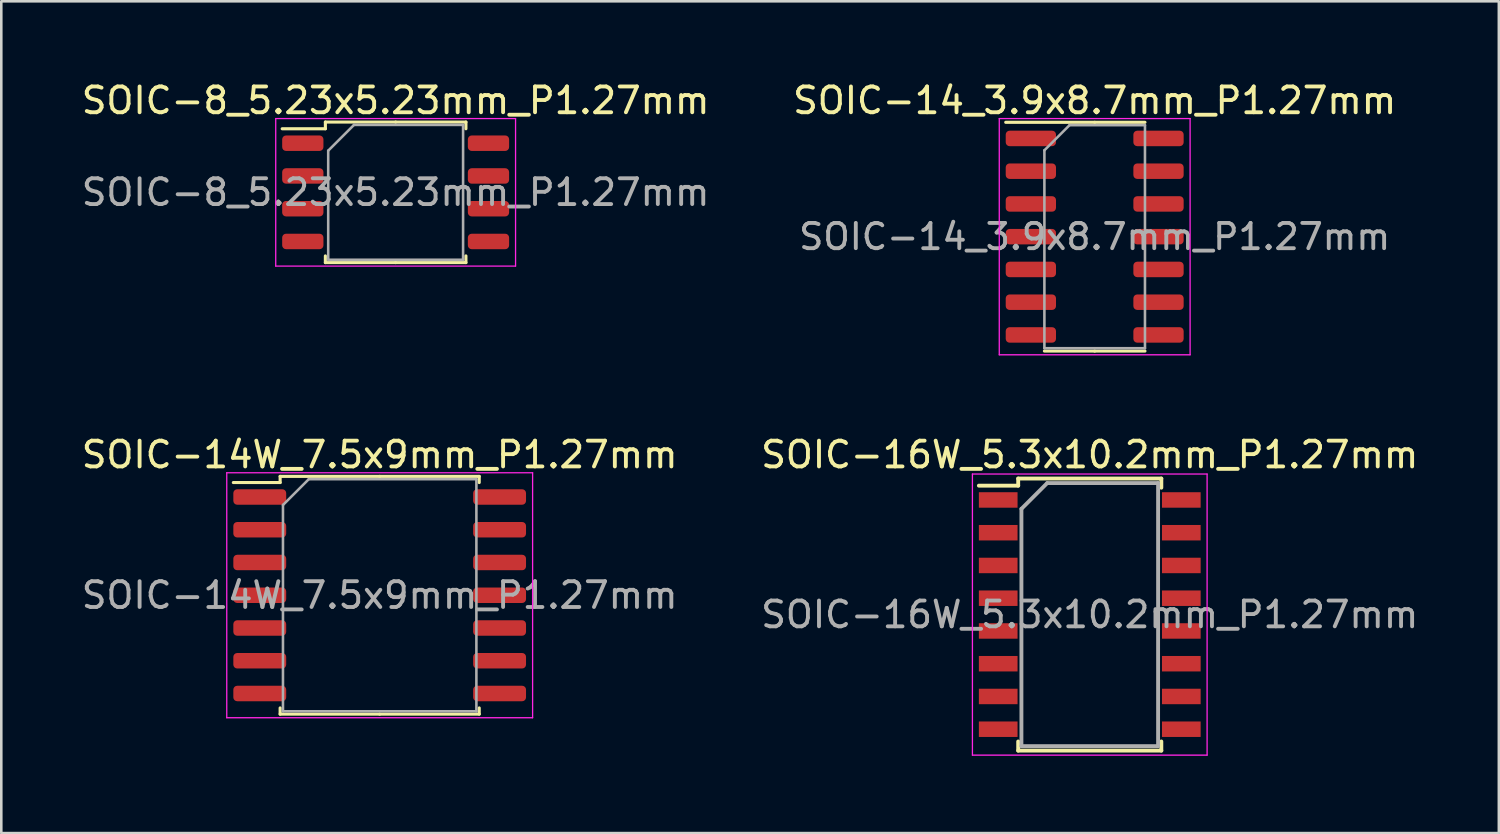
<source format=kicad_pcb>
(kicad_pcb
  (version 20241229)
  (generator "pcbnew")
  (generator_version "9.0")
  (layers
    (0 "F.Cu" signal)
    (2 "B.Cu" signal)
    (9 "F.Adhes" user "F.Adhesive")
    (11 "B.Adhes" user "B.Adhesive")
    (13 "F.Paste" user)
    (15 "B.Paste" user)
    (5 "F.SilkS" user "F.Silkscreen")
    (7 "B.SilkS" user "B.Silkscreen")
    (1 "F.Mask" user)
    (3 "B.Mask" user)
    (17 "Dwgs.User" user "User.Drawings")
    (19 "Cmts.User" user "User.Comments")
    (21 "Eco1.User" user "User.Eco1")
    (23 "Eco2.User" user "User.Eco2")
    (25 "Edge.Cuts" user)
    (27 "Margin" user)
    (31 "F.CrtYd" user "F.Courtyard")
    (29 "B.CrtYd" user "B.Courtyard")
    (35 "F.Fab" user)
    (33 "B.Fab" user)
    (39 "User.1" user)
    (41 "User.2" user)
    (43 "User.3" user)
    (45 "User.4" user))
  (footprint "SOIC-14W_7.5x9mm_P1.27mm"
    (layer "F.Cu")
    (at 11.673 20.032)
    (property "Reference" "SOIC-14W_7.5x9mm_P1.27mm" (at 0 -5.45 0) (layer "F.SilkS") (effects (font (size 1 1) (thickness 0.15))))
    (attr smd)
    (fp_line (start -3.86 -4.61) (end -3.86 -4.37) (stroke (width 0.12) (type solid)) (layer "F.SilkS"))
    (fp_line (start -3.86 -4.37) (end -5.675 -4.37) (stroke (width 0.12) (type solid)) (layer "F.SilkS"))
    (fp_line (start -3.86 4.61) (end -3.86 4.37) (stroke (width 0.12) (type solid)) (layer "F.SilkS"))
    (fp_line (start 0 -4.61) (end -3.86 -4.61) (stroke (width 0.12) (type solid)) (layer "F.SilkS"))
    (fp_line (start 0 -4.61) (end 3.86 -4.61) (stroke (width 0.12) (type solid)) (layer "F.SilkS"))
    (fp_line (start 0 4.61) (end -3.86 4.61) (stroke (width 0.12) (type solid)) (layer "F.SilkS"))
    (fp_line (start 0 4.61) (end 3.86 4.61) (stroke (width 0.12) (type solid)) (layer "F.SilkS"))
    (fp_line (start 3.86 -4.61) (end 3.86 -4.37) (stroke (width 0.12) (type solid)) (layer "F.SilkS"))
    (fp_line (start 3.86 4.61) (end 3.86 4.37) (stroke (width 0.12) (type solid)) (layer "F.SilkS"))
    (fp_line (start -5.93 -4.75) (end -5.93 4.75) (stroke (width 0.05) (type solid)) (layer "F.CrtYd"))
    (fp_line (start -5.93 4.75) (end 5.93 4.75) (stroke (width 0.05) (type solid)) (layer "F.CrtYd"))
    (fp_line (start 5.93 -4.75) (end -5.93 -4.75) (stroke (width 0.05) (type solid)) (layer "F.CrtYd"))
    (fp_line (start 5.93 4.75) (end 5.93 -4.75) (stroke (width 0.05) (type solid)) (layer "F.CrtYd"))
    (fp_line (start -3.75 -3.5) (end -2.75 -4.5) (stroke (width 0.1) (type solid)) (layer "F.Fab"))
    (fp_line (start -3.75 4.5) (end -3.75 -3.5) (stroke (width 0.1) (type solid)) (layer "F.Fab"))
    (fp_line (start -2.75 -4.5) (end 3.75 -4.5) (stroke (width 0.1) (type solid)) (layer "F.Fab"))
    (fp_line (start 3.75 -4.5) (end 3.75 4.5) (stroke (width 0.1) (type solid)) (layer "F.Fab"))
    (fp_line (start 3.75 4.5) (end -3.75 4.5) (stroke (width 0.1) (type solid)) (layer "F.Fab"))
    (fp_text user "${REFERENCE}" (at 0 0 0) (layer "F.Fab") (effects (font (size 1 1) (thickness 0.15))))
    (pad "1" smd roundrect (at -4.65 -3.81) (size 2.05 0.6) (layers "F.Cu" "F.Mask" "F.Paste") (roundrect_rratio 0.25))
    (pad "2" smd roundrect (at -4.65 -2.54) (size 2.05 0.6) (layers "F.Cu" "F.Mask" "F.Paste") (roundrect_rratio 0.25))
    (pad "3" smd roundrect (at -4.65 -1.27) (size 2.05 0.6) (layers "F.Cu" "F.Mask" "F.Paste") (roundrect_rratio 0.25))
    (pad "4" smd roundrect (at -4.65 0) (size 2.05 0.6) (layers "F.Cu" "F.Mask" "F.Paste") (roundrect_rratio 0.25))
    (pad "5" smd roundrect (at -4.65 1.27) (size 2.05 0.6) (layers "F.Cu" "F.Mask" "F.Paste") (roundrect_rratio 0.25))
    (pad "6" smd roundrect (at -4.65 2.54) (size 2.05 0.6) (layers "F.Cu" "F.Mask" "F.Paste") (roundrect_rratio 0.25))
    (pad "7" smd roundrect (at -4.65 3.81) (size 2.05 0.6) (layers "F.Cu" "F.Mask" "F.Paste") (roundrect_rratio 0.25))
    (pad "8" smd roundrect (at 4.65 3.81) (size 2.05 0.6) (layers "F.Cu" "F.Mask" "F.Paste") (roundrect_rratio 0.25))
    (pad "9" smd roundrect (at 4.65 2.54) (size 2.05 0.6) (layers "F.Cu" "F.Mask" "F.Paste") (roundrect_rratio 0.25))
    (pad "10" smd roundrect (at 4.65 1.27) (size 2.05 0.6) (layers "F.Cu" "F.Mask" "F.Paste") (roundrect_rratio 0.25))
    (pad "11" smd roundrect (at 4.65 0) (size 2.05 0.6) (layers "F.Cu" "F.Mask" "F.Paste") (roundrect_rratio 0.25))
    (pad "12" smd roundrect (at 4.65 -1.27) (size 2.05 0.6) (layers "F.Cu" "F.Mask" "F.Paste") (roundrect_rratio 0.25))
    (pad "13" smd roundrect (at 4.65 -2.54) (size 2.05 0.6) (layers "F.Cu" "F.Mask" "F.Paste") (roundrect_rratio 0.25))
    (pad "14" smd roundrect (at 4.65 -3.81) (size 2.05 0.6) (layers "F.Cu" "F.Mask" "F.Paste") (roundrect_rratio 0.25)))
  (footprint "SOIC-16W_5.3x10.2mm_P1.27mm"
    (layer "F.Cu")
    (at 39.208 20.782)
    (property "Reference" "SOIC-16W_5.3x10.2mm_P1.27mm" (at 0 -6.2 0) (layer "F.SilkS") (effects (font (size 1 1) (thickness 0.15))))
    (attr smd)
    (fp_line (start -2.775 -5.275) (end -2.775 -5) (stroke (width 0.15) (type solid)) (layer "F.SilkS"))
    (fp_line (start -2.775 -5.275) (end 2.775 -5.275) (stroke (width 0.15) (type solid)) (layer "F.SilkS"))
    (fp_line (start -2.775 -5) (end -4.3 -5) (stroke (width 0.15) (type solid)) (layer "F.SilkS"))
    (fp_line (start -2.775 5.275) (end -2.775 4.92) (stroke (width 0.15) (type solid)) (layer "F.SilkS"))
    (fp_line (start -2.775 5.275) (end 2.775 5.275) (stroke (width 0.15) (type solid)) (layer "F.SilkS"))
    (fp_line (start 2.775 -5.275) (end 2.775 -4.92) (stroke (width 0.15) (type solid)) (layer "F.SilkS"))
    (fp_line (start 2.775 5.275) (end 2.775 4.92) (stroke (width 0.15) (type solid)) (layer "F.SilkS"))
    (fp_line (start -4.55 -5.45) (end -4.55 5.45) (stroke (width 0.05) (type solid)) (layer "F.CrtYd"))
    (fp_line (start -4.55 -5.45) (end 4.55 -5.45) (stroke (width 0.05) (type solid)) (layer "F.CrtYd"))
    (fp_line (start -4.55 5.45) (end 4.55 5.45) (stroke (width 0.05) (type solid)) (layer "F.CrtYd"))
    (fp_line (start 4.55 -5.45) (end 4.55 5.45) (stroke (width 0.05) (type solid)) (layer "F.CrtYd"))
    (fp_line (start -2.65 -4.1) (end -1.65 -5.1) (stroke (width 0.15) (type solid)) (layer "F.Fab"))
    (fp_line (start -2.65 5.1) (end -2.65 -4.1) (stroke (width 0.15) (type solid)) (layer "F.Fab"))
    (fp_line (start -1.65 -5.1) (end 2.65 -5.1) (stroke (width 0.15) (type solid)) (layer "F.Fab"))
    (fp_line (start 2.65 -5.1) (end 2.65 5.1) (stroke (width 0.15) (type solid)) (layer "F.Fab"))
    (fp_line (start 2.65 5.1) (end -2.65 5.1) (stroke (width 0.15) (type solid)) (layer "F.Fab"))
    (fp_text user "${REFERENCE}" (at 0 0 0) (layer "F.Fab") (effects (font (size 1 1) (thickness 0.15))))
    (pad "1" smd rect (at -3.55 -4.445) (size 1.5 0.6) (layers "F.Cu" "F.Mask" "F.Paste"))
    (pad "2" smd rect (at -3.55 -3.175) (size 1.5 0.6) (layers "F.Cu" "F.Mask" "F.Paste"))
    (pad "3" smd rect (at -3.55 -1.905) (size 1.5 0.6) (layers "F.Cu" "F.Mask" "F.Paste"))
    (pad "4" smd rect (at -3.55 -0.635) (size 1.5 0.6) (layers "F.Cu" "F.Mask" "F.Paste"))
    (pad "5" smd rect (at -3.55 0.635) (size 1.5 0.6) (layers "F.Cu" "F.Mask" "F.Paste"))
    (pad "6" smd rect (at -3.55 1.905) (size 1.5 0.6) (layers "F.Cu" "F.Mask" "F.Paste"))
    (pad "7" smd rect (at -3.55 3.175) (size 1.5 0.6) (layers "F.Cu" "F.Mask" "F.Paste"))
    (pad "8" smd rect (at -3.55 4.445) (size 1.5 0.6) (layers "F.Cu" "F.Mask" "F.Paste"))
    (pad "9" smd rect (at 3.55 4.445) (size 1.5 0.6) (layers "F.Cu" "F.Mask" "F.Paste"))
    (pad "10" smd rect (at 3.55 3.175) (size 1.5 0.6) (layers "F.Cu" "F.Mask" "F.Paste"))
    (pad "11" smd rect (at 3.55 1.905) (size 1.5 0.6) (layers "F.Cu" "F.Mask" "F.Paste"))
    (pad "12" smd rect (at 3.55 0.635) (size 1.5 0.6) (layers "F.Cu" "F.Mask" "F.Paste"))
    (pad "13" smd rect (at 3.55 -0.635) (size 1.5 0.6) (layers "F.Cu" "F.Mask" "F.Paste"))
    (pad "14" smd rect (at 3.55 -1.905) (size 1.5 0.6) (layers "F.Cu" "F.Mask" "F.Paste"))
    (pad "15" smd rect (at 3.55 -3.175) (size 1.5 0.6) (layers "F.Cu" "F.Mask" "F.Paste"))
    (pad "16" smd rect (at 3.55 -4.445) (size 1.5 0.6) (layers "F.Cu" "F.Mask" "F.Paste")))
  (footprint "SOIC-8_5.23x5.23mm_P1.27mm"
    (layer "F.Cu")
    (at 12.292 4.408)
    (property "Reference" "SOIC-8_5.23x5.23mm_P1.27mm" (at 0 -3.56 0) (layer "F.SilkS") (effects (font (size 1 1) (thickness 0.15))))
    (attr smd)
    (fp_line (start -2.725 -2.725) (end -2.725 -2.465) (stroke (width 0.12) (type solid)) (layer "F.SilkS"))
    (fp_line (start -2.725 -2.465) (end -4.4 -2.465) (stroke (width 0.12) (type solid)) (layer "F.SilkS"))
    (fp_line (start -2.725 2.725) (end -2.725 2.465) (stroke (width 0.12) (type solid)) (layer "F.SilkS"))
    (fp_line (start 0 -2.725) (end -2.725 -2.725) (stroke (width 0.12) (type solid)) (layer "F.SilkS"))
    (fp_line (start 0 -2.725) (end 2.725 -2.725) (stroke (width 0.12) (type solid)) (layer "F.SilkS"))
    (fp_line (start 0 2.725) (end -2.725 2.725) (stroke (width 0.12) (type solid)) (layer "F.SilkS"))
    (fp_line (start 0 2.725) (end 2.725 2.725) (stroke (width 0.12) (type solid)) (layer "F.SilkS"))
    (fp_line (start 2.725 -2.725) (end 2.725 -2.465) (stroke (width 0.12) (type solid)) (layer "F.SilkS"))
    (fp_line (start 2.725 2.725) (end 2.725 2.465) (stroke (width 0.12) (type solid)) (layer "F.SilkS"))
    (fp_line (start -4.65 -2.86) (end -4.65 2.86) (stroke (width 0.05) (type solid)) (layer "F.CrtYd"))
    (fp_line (start -4.65 2.86) (end 4.65 2.86) (stroke (width 0.05) (type solid)) (layer "F.CrtYd"))
    (fp_line (start 4.65 -2.86) (end -4.65 -2.86) (stroke (width 0.05) (type solid)) (layer "F.CrtYd"))
    (fp_line (start 4.65 2.86) (end 4.65 -2.86) (stroke (width 0.05) (type solid)) (layer "F.CrtYd"))
    (fp_line (start -2.615 -1.615) (end -1.615 -2.615) (stroke (width 0.1) (type solid)) (layer "F.Fab"))
    (fp_line (start -2.615 2.615) (end -2.615 -1.615) (stroke (width 0.1) (type solid)) (layer "F.Fab"))
    (fp_line (start -1.615 -2.615) (end 2.615 -2.615) (stroke (width 0.1) (type solid)) (layer "F.Fab"))
    (fp_line (start 2.615 -2.615) (end 2.615 2.615) (stroke (width 0.1) (type solid)) (layer "F.Fab"))
    (fp_line (start 2.615 2.615) (end -2.615 2.615) (stroke (width 0.1) (type solid)) (layer "F.Fab"))
    (fp_text user "${REFERENCE}" (at 0 0 0) (layer "F.Fab") (effects (font (size 1 1) (thickness 0.15))))
    (pad "1" smd roundrect (at -3.6 -1.905) (size 1.6 0.6) (layers "F.Cu" "F.Mask" "F.Paste") (roundrect_rratio 0.25))
    (pad "2" smd roundrect (at -3.6 -0.635) (size 1.6 0.6) (layers "F.Cu" "F.Mask" "F.Paste") (roundrect_rratio 0.25))
    (pad "3" smd roundrect (at -3.6 0.635) (size 1.6 0.6) (layers "F.Cu" "F.Mask" "F.Paste") (roundrect_rratio 0.25))
    (pad "4" smd roundrect (at -3.6 1.905) (size 1.6 0.6) (layers "F.Cu" "F.Mask" "F.Paste") (roundrect_rratio 0.25))
    (pad "5" smd roundrect (at 3.6 1.905) (size 1.6 0.6) (layers "F.Cu" "F.Mask" "F.Paste") (roundrect_rratio 0.25))
    (pad "6" smd roundrect (at 3.6 0.635) (size 1.6 0.6) (layers "F.Cu" "F.Mask" "F.Paste") (roundrect_rratio 0.25))
    (pad "7" smd roundrect (at 3.6 -0.635) (size 1.6 0.6) (layers "F.Cu" "F.Mask" "F.Paste") (roundrect_rratio 0.25))
    (pad "8" smd roundrect (at 3.6 -1.905) (size 1.6 0.6) (layers "F.Cu" "F.Mask" "F.Paste") (roundrect_rratio 0.25)))
  (footprint "SOIC-14_3.9x8.7mm_P1.27mm"
    (layer "F.Cu")
    (at 39.399 6.128)
    (property "Reference" "SOIC-14_3.9x8.7mm_P1.27mm" (at 0 -5.28 0) (layer "F.SilkS") (effects (font (size 1 1) (thickness 0.15))))
    (attr smd)
    (fp_line (start 0 -4.435) (end -3.45 -4.435) (stroke (width 0.12) (type solid)) (layer "F.SilkS"))
    (fp_line (start 0 -4.435) (end 1.95 -4.435) (stroke (width 0.12) (type solid)) (layer "F.SilkS"))
    (fp_line (start 0 4.435) (end -1.95 4.435) (stroke (width 0.12) (type solid)) (layer "F.SilkS"))
    (fp_line (start 0 4.435) (end 1.95 4.435) (stroke (width 0.12) (type solid)) (layer "F.SilkS"))
    (fp_line (start -3.7 -4.58) (end -3.7 4.58) (stroke (width 0.05) (type solid)) (layer "F.CrtYd"))
    (fp_line (start -3.7 4.58) (end 3.7 4.58) (stroke (width 0.05) (type solid)) (layer "F.CrtYd"))
    (fp_line (start 3.7 -4.58) (end -3.7 -4.58) (stroke (width 0.05) (type solid)) (layer "F.CrtYd"))
    (fp_line (start 3.7 4.58) (end 3.7 -4.58) (stroke (width 0.05) (type solid)) (layer "F.CrtYd"))
    (fp_line (start -1.95 -3.35) (end -0.975 -4.325) (stroke (width 0.1) (type solid)) (layer "F.Fab"))
    (fp_line (start -1.95 4.325) (end -1.95 -3.35) (stroke (width 0.1) (type solid)) (layer "F.Fab"))
    (fp_line (start -0.975 -4.325) (end 1.95 -4.325) (stroke (width 0.1) (type solid)) (layer "F.Fab"))
    (fp_line (start 1.95 -4.325) (end 1.95 4.325) (stroke (width 0.1) (type solid)) (layer "F.Fab"))
    (fp_line (start 1.95 4.325) (end -1.95 4.325) (stroke (width 0.1) (type solid)) (layer "F.Fab"))
    (fp_text user "${REFERENCE}" (at 0 0 0) (layer "F.Fab") (effects (font (size 0.98 0.98) (thickness 0.15))))
    (pad "1" smd roundrect (at -2.475 -3.81) (size 1.95 0.6) (layers "F.Cu" "F.Mask" "F.Paste") (roundrect_rratio 0.25))
    (pad "2" smd roundrect (at -2.475 -2.54) (size 1.95 0.6) (layers "F.Cu" "F.Mask" "F.Paste") (roundrect_rratio 0.25))
    (pad "3" smd roundrect (at -2.475 -1.27) (size 1.95 0.6) (layers "F.Cu" "F.Mask" "F.Paste") (roundrect_rratio 0.25))
    (pad "4" smd roundrect (at -2.475 0) (size 1.95 0.6) (layers "F.Cu" "F.Mask" "F.Paste") (roundrect_rratio 0.25))
    (pad "5" smd roundrect (at -2.475 1.27) (size 1.95 0.6) (layers "F.Cu" "F.Mask" "F.Paste") (roundrect_rratio 0.25))
    (pad "6" smd roundrect (at -2.475 2.54) (size 1.95 0.6) (layers "F.Cu" "F.Mask" "F.Paste") (roundrect_rratio 0.25))
    (pad "7" smd roundrect (at -2.475 3.81) (size 1.95 0.6) (layers "F.Cu" "F.Mask" "F.Paste") (roundrect_rratio 0.25))
    (pad "8" smd roundrect (at 2.475 3.81) (size 1.95 0.6) (layers "F.Cu" "F.Mask" "F.Paste") (roundrect_rratio 0.25))
    (pad "9" smd roundrect (at 2.475 2.54) (size 1.95 0.6) (layers "F.Cu" "F.Mask" "F.Paste") (roundrect_rratio 0.25))
    (pad "10" smd roundrect (at 2.475 1.27) (size 1.95 0.6) (layers "F.Cu" "F.Mask" "F.Paste") (roundrect_rratio 0.25))
    (pad "11" smd roundrect (at 2.475 0) (size 1.95 0.6) (layers "F.Cu" "F.Mask" "F.Paste") (roundrect_rratio 0.25))
    (pad "12" smd roundrect (at 2.475 -1.27) (size 1.95 0.6) (layers "F.Cu" "F.Mask" "F.Paste") (roundrect_rratio 0.25))
    (pad "13" smd roundrect (at 2.475 -2.54) (size 1.95 0.6) (layers "F.Cu" "F.Mask" "F.Paste") (roundrect_rratio 0.25))
    (pad "14" smd roundrect (at 2.475 -3.81) (size 1.95 0.6) (layers "F.Cu" "F.Mask" "F.Paste") (roundrect_rratio 0.25)))
  (gr_rect
    (start -3 -3)
    (end 55.071 29.256)
    (stroke (width 0.1) (type default))
    (fill no)
    (layer "Edge.Cuts")))
</source>
